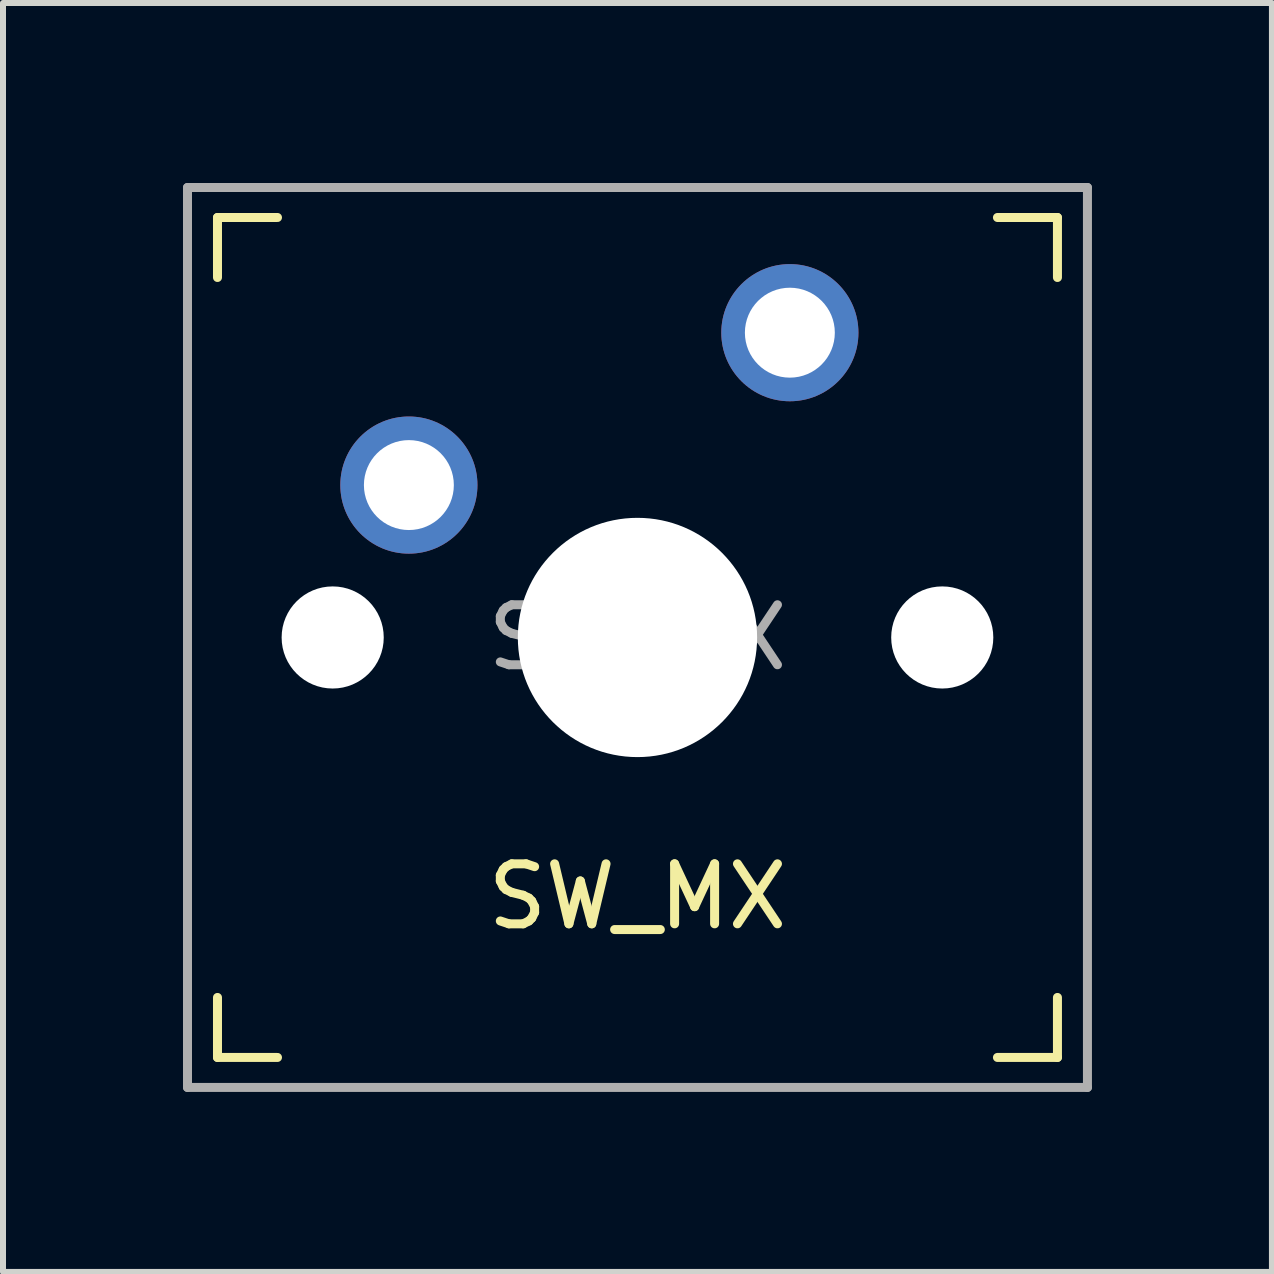
<source format=kicad_pcb>
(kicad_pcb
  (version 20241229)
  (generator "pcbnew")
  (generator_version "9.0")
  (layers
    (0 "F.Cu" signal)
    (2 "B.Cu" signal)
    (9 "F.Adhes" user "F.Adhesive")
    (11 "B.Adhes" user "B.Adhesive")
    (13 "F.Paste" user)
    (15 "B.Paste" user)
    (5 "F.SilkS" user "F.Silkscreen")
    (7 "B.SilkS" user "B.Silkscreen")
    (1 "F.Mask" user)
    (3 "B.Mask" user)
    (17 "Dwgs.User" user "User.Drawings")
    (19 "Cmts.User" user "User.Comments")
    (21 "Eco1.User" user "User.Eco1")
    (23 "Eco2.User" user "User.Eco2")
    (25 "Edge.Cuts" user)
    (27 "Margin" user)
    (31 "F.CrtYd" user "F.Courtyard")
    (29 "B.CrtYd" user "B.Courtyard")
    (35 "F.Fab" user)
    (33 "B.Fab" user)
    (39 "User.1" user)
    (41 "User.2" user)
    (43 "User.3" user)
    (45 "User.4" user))
  (footprint "SW_MX"
    (layer "F.Cu")
    (at 7.575 7.575)
    (property "Reference" "SW_MX" (at 0 4.318 0) (unlocked yes) (layer "F.SilkS") (effects (font (size 1 1) (thickness 0.15))))
    (attr through_hole)
    (fp_line (start -7 -6) (end -7 -7) (stroke (width 0.15) (type solid)) (layer "F.SilkS"))
    (fp_line (start -7 7) (end -7 6) (stroke (width 0.15) (type solid)) (layer "F.SilkS"))
    (fp_line (start -7 7) (end -6 7) (stroke (width 0.15) (type solid)) (layer "F.SilkS"))
    (fp_line (start -6 -7) (end -7 -7) (stroke (width 0.15) (type solid)) (layer "F.SilkS"))
    (fp_line (start 6 7) (end 7 7) (stroke (width 0.15) (type solid)) (layer "F.SilkS"))
    (fp_line (start 7 -7) (end 6 -7) (stroke (width 0.15) (type solid)) (layer "F.SilkS"))
    (fp_line (start 7 -7) (end 7 -6) (stroke (width 0.15) (type solid)) (layer "F.SilkS"))
    (fp_line (start 7 6) (end 7 7) (stroke (width 0.15) (type solid)) (layer "F.SilkS"))
    (fp_line (start -6.9 6.9) (end -6.9 -6.9) (stroke (width 0.15) (type solid)) (layer "Eco2.User"))
    (fp_line (start -6.9 6.9) (end 6.9 6.9) (stroke (width 0.15) (type solid)) (layer "Eco2.User"))
    (fp_line (start 6.9 -6.9) (end -6.9 -6.9) (stroke (width 0.15) (type solid)) (layer "Eco2.User"))
    (fp_line (start 6.9 -6.9) (end 6.9 6.9) (stroke (width 0.15) (type solid)) (layer "Eco2.User"))
    (fp_line (start -7.5 -7.5) (end 7.5 -7.5) (stroke (width 0.15) (type solid)) (layer "F.Fab"))
    (fp_line (start -7.5 7.5) (end -7.5 -7.5) (stroke (width 0.15) (type solid)) (layer "F.Fab"))
    (fp_line (start 7.5 -7.5) (end 7.5 7.5) (stroke (width 0.15) (type solid)) (layer "F.Fab"))
    (fp_line (start 7.5 7.5) (end -7.5 7.5) (stroke (width 0.15) (type solid)) (layer "F.Fab"))
    (fp_text user "${REFERENCE}" (at 0 0 0) (unlocked yes) (layer "F.Fab") (effects (font (size 1 1) (thickness 0.15))))
    (pad "" np_thru_hole circle (at -5.08 0) (size 1.702 1.702) (drill 1.702) (layers "*.Cu" "*.Mask"))
    (pad "" np_thru_hole circle (at 0 0) (size 3.988 3.988) (drill 3.988) (layers "*.Cu" "*.Mask"))
    (pad "" np_thru_hole circle (at 5.08 0) (size 1.702 1.702) (drill 1.702) (layers "*.Cu" "*.Mask"))
    (pad "1" thru_hole circle (at 2.54 -5.08) (size 2.286 2.286) (drill 1.499) (layers "*.Cu" "*.Mask"))
    (pad "2" thru_hole circle (at -3.81 -2.54) (size 2.286 2.286) (drill 1.499) (layers "*.Cu" "*.Mask")))
  (gr_rect
    (start -3 -3)
    (end 18.15 18.15)
    (stroke (width 0.1) (type default))
    (fill no)
    (layer "Edge.Cuts")))
</source>
